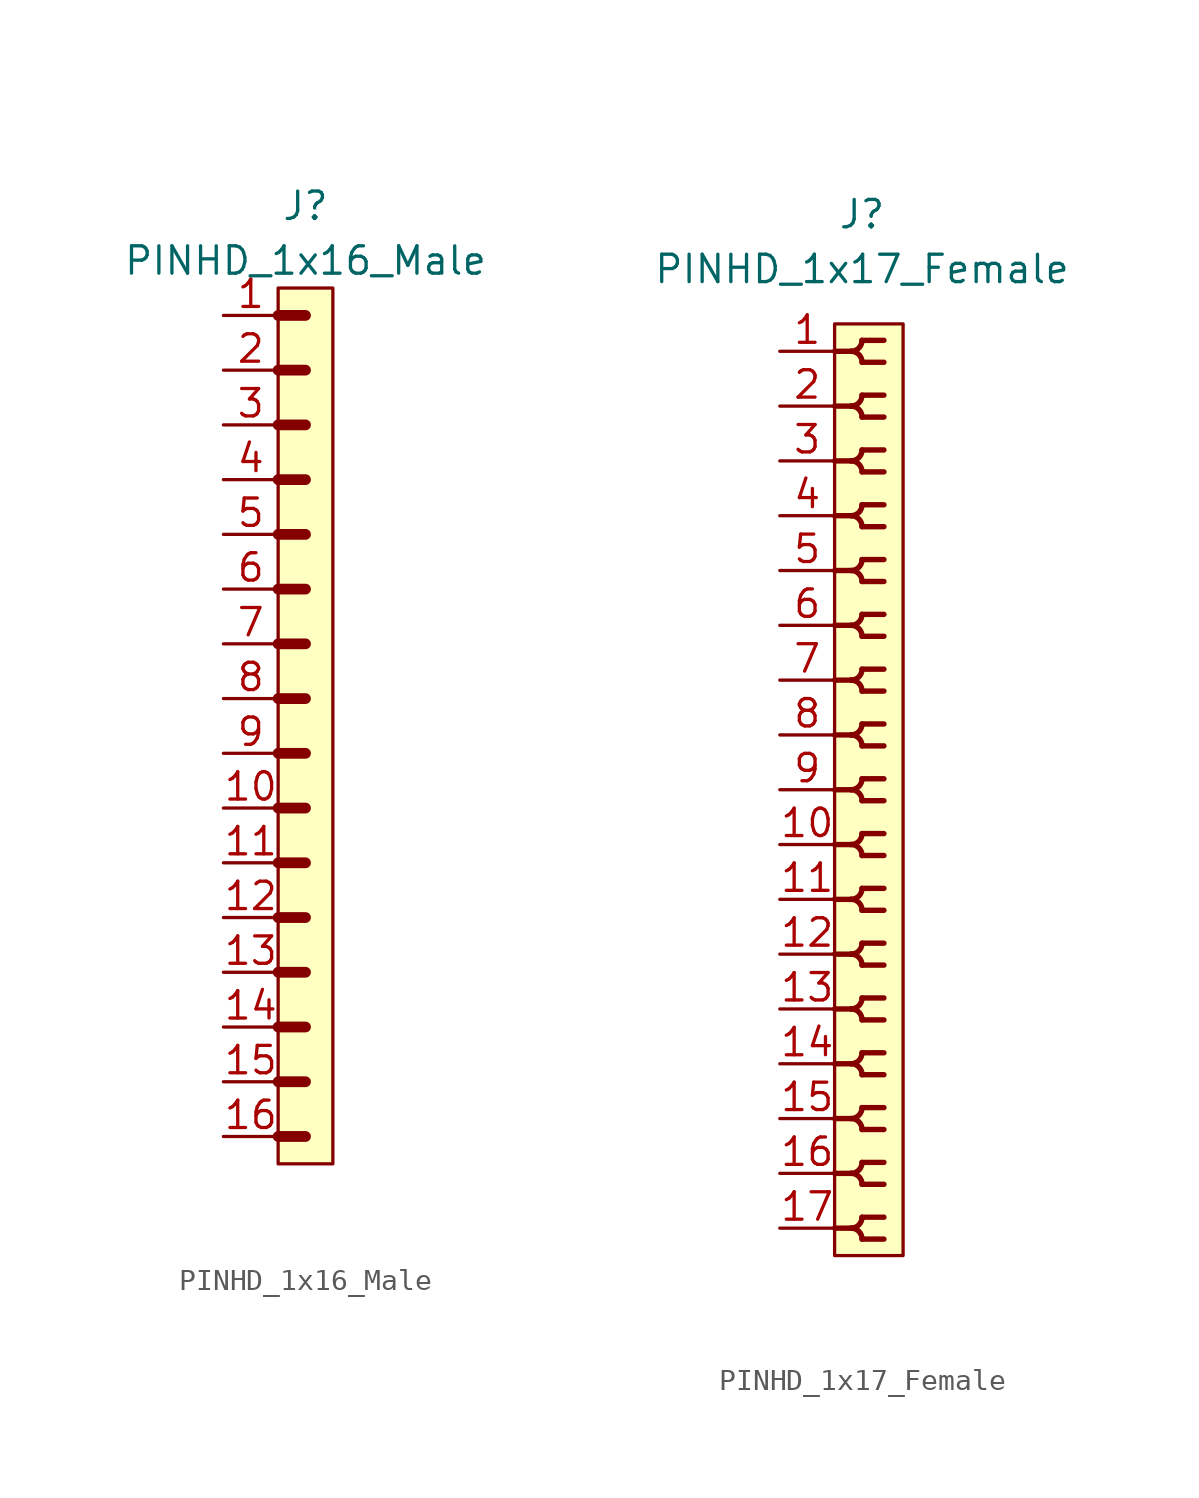
<source format=kicad_sym>
(kicad_symbol_lib
  (version 20211014)
  (generator kicad_symbol_editor)
  (symbol "PINHD_1x16_Male"
    (property "Reference" "J"
      (at 0 24.13 0)
      (effects (font (size 1.27 1.27))))
    (property "Value" "PINHD_1x16_Male"
      (at 0 21.59 0)
      (effects (font (size 1.27 1.27))))
    (symbol "PINHD_1x16_Male_0_1"
      (rectangle (start -1.27 20.32) (end 1.27 -20.32) (stroke (width 0) (type default) (color 0 0 0 0)) (fill (type background)))
      (polyline (pts (xy -1.27 -19.05) (xy 0 -19.05)) (stroke (width 0.5) (type default) (color 0 0 0 0)) (fill (type none)))
      (polyline (pts (xy -1.27 -16.51) (xy 0 -16.51)) (stroke (width 0.5) (type default) (color 0 0 0 0)) (fill (type none)))
      (polyline (pts (xy -1.27 -13.97) (xy 0 -13.97)) (stroke (width 0.5) (type default) (color 0 0 0 0)) (fill (type none)))
      (polyline (pts (xy -1.27 -11.43) (xy 0 -11.43)) (stroke (width 0.5) (type default) (color 0 0 0 0)) (fill (type none)))
      (polyline (pts (xy -1.27 -8.89) (xy 0 -8.89)) (stroke (width 0.5) (type default) (color 0 0 0 0)) (fill (type none)))
      (polyline (pts (xy -1.27 -6.35) (xy 0 -6.35)) (stroke (width 0.5) (type default) (color 0 0 0 0)) (fill (type none)))
      (polyline (pts (xy -1.27 -3.81) (xy 0 -3.81)) (stroke (width 0.3) (type default) (color 0 0 0 0)) (fill (type none)))
      (polyline (pts (xy -1.27 -3.81) (xy 0 -3.81)) (stroke (width 0.5) (type default) (color 0 0 0 0)) (fill (type none)))
      (polyline (pts (xy -1.27 -1.27) (xy 0 -1.27)) (stroke (width 0.3) (type default) (color 0 0 0 0)) (fill (type none)))
      (polyline (pts (xy -1.27 -1.27) (xy 0 -1.27)) (stroke (width 0.5) (type default) (color 0 0 0 0)) (fill (type none)))
      (polyline (pts (xy -1.27 1.27) (xy 0 1.27)) (stroke (width 0.3) (type default) (color 0 0 0 0)) (fill (type none)))
      (polyline (pts (xy -1.27 1.27) (xy 0 1.27)) (stroke (width 0.5) (type default) (color 0 0 0 0)) (fill (type none)))
      (polyline (pts (xy -1.27 3.81) (xy 0 3.81)) (stroke (width 0.3) (type default) (color 0 0 0 0)) (fill (type none)))
      (polyline (pts (xy -1.27 3.81) (xy 0 3.81)) (stroke (width 0.5) (type default) (color 0 0 0 0)) (fill (type none)))
      (polyline (pts (xy -1.27 6.35) (xy 0 6.35)) (stroke (width 0.3) (type default) (color 0 0 0 0)) (fill (type none)))
      (polyline (pts (xy -1.27 6.35) (xy 0 6.35)) (stroke (width 0.5) (type default) (color 0 0 0 0)) (fill (type none)))
      (polyline (pts (xy -1.27 8.89) (xy 0 8.89)) (stroke (width 0.3) (type default) (color 0 0 0 0)) (fill (type none)))
      (polyline (pts (xy -1.27 8.89) (xy 0 8.89)) (stroke (width 0.5) (type default) (color 0 0 0 0)) (fill (type none)))
      (polyline (pts (xy -1.27 11.43) (xy 0 11.43)) (stroke (width 0.3) (type default) (color 0 0 0 0)) (fill (type none)))
      (polyline (pts (xy -1.27 11.43) (xy 0 11.43)) (stroke (width 0.5) (type default) (color 0 0 0 0)) (fill (type none)))
      (polyline (pts (xy -1.27 13.97) (xy 0 13.97)) (stroke (width 0.3) (type default) (color 0 0 0 0)) (fill (type none)))
      (polyline (pts (xy -1.27 13.97) (xy 0 13.97)) (stroke (width 0.5) (type default) (color 0 0 0 0)) (fill (type none)))
      (polyline (pts (xy -1.27 16.51) (xy 0 16.51)) (stroke (width 0.3) (type default) (color 0 0 0 0)) (fill (type none)))
      (polyline (pts (xy -1.27 16.51) (xy 0 16.51)) (stroke (width 0.5) (type default) (color 0 0 0 0)) (fill (type none)))
      (polyline (pts (xy -1.27 19.05) (xy 0 19.05)) (stroke (width 0.5) (type default) (color 0 0 0 0)) (fill (type none))))
    (symbol "PINHD_1x16_Male_1_1"
      (pin passive line (at -3.81 19.05 0) (length 2.54) (name "" (effects (font (size 1.27 1.27)))) (number "1" (effects (font (size 1.27 1.27)))))
      (pin passive line (at -3.81 -3.81 0) (length 2.54) (name "" (effects (font (size 1.27 1.27)))) (number "10" (effects (font (size 1.27 1.27)))))
      (pin passive line (at -3.81 -6.35 0) (length 2.54) (name "" (effects (font (size 1.27 1.27)))) (number "11" (effects (font (size 1.27 1.27)))))
      (pin passive line (at -3.81 -8.89 0) (length 2.54) (name "" (effects (font (size 1.27 1.27)))) (number "12" (effects (font (size 1.27 1.27)))))
      (pin passive line (at -3.81 -11.43 0) (length 2.54) (name "" (effects (font (size 1.27 1.27)))) (number "13" (effects (font (size 1.27 1.27)))))
      (pin passive line (at -3.81 -13.97 0) (length 2.54) (name "" (effects (font (size 1.27 1.27)))) (number "14" (effects (font (size 1.27 1.27)))))
      (pin passive line (at -3.81 -16.51 0) (length 2.54) (name "" (effects (font (size 1.27 1.27)))) (number "15" (effects (font (size 1.27 1.27)))))
      (pin passive line (at -3.81 -19.05 0) (length 2.54) (name "" (effects (font (size 1.27 1.27)))) (number "16" (effects (font (size 1.27 1.27)))))
      (pin passive line (at -3.81 16.51 0) (length 2.54) (name "" (effects (font (size 1.27 1.27)))) (number "2" (effects (font (size 1.27 1.27)))))
      (pin passive line (at -3.81 13.97 0) (length 2.54) (name "" (effects (font (size 1.27 1.27)))) (number "3" (effects (font (size 1.27 1.27)))))
      (pin passive line (at -3.81 11.43 0) (length 2.54) (name "" (effects (font (size 1.27 1.27)))) (number "4" (effects (font (size 1.27 1.27)))))
      (pin passive line (at -3.81 8.89 0) (length 2.54) (name "" (effects (font (size 1.27 1.27)))) (number "5" (effects (font (size 1.27 1.27)))))
      (pin passive line (at -3.81 6.35 0) (length 2.54) (name "" (effects (font (size 1.27 1.27)))) (number "6" (effects (font (size 1.27 1.27)))))
      (pin passive line (at -3.81 3.81 0) (length 2.54) (name "" (effects (font (size 1.27 1.27)))) (number "7" (effects (font (size 1.27 1.27)))))
      (pin passive line (at -3.81 1.27 0) (length 2.54) (name "" (effects (font (size 1.27 1.27)))) (number "8" (effects (font (size 1.27 1.27)))))
      (pin passive line (at -3.81 -1.27 0) (length 2.54) (name "" (effects (font (size 1.27 1.27)))) (number "9" (effects (font (size 1.27 1.27)))))))
  (symbol "PINHD_1x17_Female"
    (property "Reference" "J"
      (at 0 26.67 0)
      (effects (font (size 1.27 1.27))))
    (property "Value" "PINHD_1x17_Female"
      (at 0 24.13 0)
      (effects (font (size 1.27 1.27))))
    (symbol "PINHD_1x17_Female_0_1"
      (rectangle (start -1.27 21.59) (end 1.905 -21.59) (stroke (width 0) (type default) (color 0 0 0 0)) (fill (type background)))
      (arc (start -0.508 -20.32) (mid 0.3592 -20.6792) (end 0 -19.812) (stroke (width 0.25) (type default) (color 0 0 0 0)) (fill (type none)))
      (arc (start -0.508 -17.78) (mid 0.3592 -18.1392) (end 0 -17.272) (stroke (width 0.25) (type default) (color 0 0 0 0)) (fill (type none)))
      (arc (start -0.508 -15.24) (mid 0.3592 -15.5992) (end 0 -14.732) (stroke (width 0.25) (type default) (color 0 0 0 0)) (fill (type none)))
      (arc (start -0.508 -12.7) (mid 0.3592 -13.0592) (end 0 -12.192) (stroke (width 0.25) (type default) (color 0 0 0 0)) (fill (type none)))
      (arc (start -0.508 -10.16) (mid 0.3592 -10.5192) (end 0 -9.652) (stroke (width 0.25) (type default) (color 0 0 0 0)) (fill (type none)))
      (arc (start -0.508 -7.62) (mid 0.3592 -7.9792) (end 0 -7.112) (stroke (width 0.25) (type default) (color 0 0 0 0)) (fill (type none)))
      (arc (start -0.508 -5.08) (mid 0.3592 -5.4392) (end 0 -4.572) (stroke (width 0.25) (type default) (color 0 0 0 0)) (fill (type none)))
      (arc (start -0.508 -2.54) (mid 0.3592 -2.8992) (end 0 -2.032) (stroke (width 0.25) (type default) (color 0 0 0 0)) (fill (type none)))
      (arc (start -0.508 0) (mid 0.3592 -0.3592) (end 0 0.508) (stroke (width 0.25) (type default) (color 0 0 0 0)) (fill (type none)))
      (arc (start -0.508 2.54) (mid 0.3592 2.1808) (end 0 3.048) (stroke (width 0.25) (type default) (color 0 0 0 0)) (fill (type none)))
      (arc (start -0.508 5.08) (mid 0.3592 4.7208) (end 0 5.588) (stroke (width 0.25) (type default) (color 0 0 0 0)) (fill (type none)))
      (arc (start -0.508 7.62) (mid 0.3592 7.2608) (end 0 8.128) (stroke (width 0.25) (type default) (color 0 0 0 0)) (fill (type none)))
      (arc (start -0.508 10.16) (mid 0.3592 9.8008) (end 0 10.668) (stroke (width 0.25) (type default) (color 0 0 0 0)) (fill (type none)))
      (arc (start -0.508 12.7) (mid 0.3592 12.3408) (end 0 13.208) (stroke (width 0.25) (type default) (color 0 0 0 0)) (fill (type none)))
      (arc (start -0.508 15.24) (mid 0.3592 14.8808) (end 0 15.748) (stroke (width 0.25) (type default) (color 0 0 0 0)) (fill (type none)))
      (arc (start -0.508 17.78) (mid 0.3592 17.4208) (end 0 18.288) (stroke (width 0.25) (type default) (color 0 0 0 0)) (fill (type none)))
      (arc (start -0.508 20.32) (mid 0.3592 19.9608) (end 0 20.828) (stroke (width 0.25) (type default) (color 0 0 0 0)) (fill (type none)))
      (arc (start 0 -20.828) (mid 0.3592 -19.9608) (end -0.508 -20.32) (stroke (width 0.25) (type default) (color 0 0 0 0)) (fill (type none)))
      (arc (start 0 -18.288) (mid 0.3592 -17.4208) (end -0.508 -17.78) (stroke (width 0.25) (type default) (color 0 0 0 0)) (fill (type none)))
      (arc (start 0 -15.748) (mid 0.3592 -14.8808) (end -0.508 -15.24) (stroke (width 0.25) (type default) (color 0 0 0 0)) (fill (type none)))
      (arc (start 0 -13.208) (mid 0.3592 -12.3408) (end -0.508 -12.7) (stroke (width 0.25) (type default) (color 0 0 0 0)) (fill (type none)))
      (arc (start 0 -10.668) (mid 0.3592 -9.8008) (end -0.508 -10.16) (stroke (width 0.25) (type default) (color 0 0 0 0)) (fill (type none)))
      (arc (start 0 -8.128) (mid 0.3592 -7.2608) (end -0.508 -7.62) (stroke (width 0.25) (type default) (color 0 0 0 0)) (fill (type none)))
      (arc (start 0 -5.588) (mid 0.3592 -4.7208) (end -0.508 -5.08) (stroke (width 0.25) (type default) (color 0 0 0 0)) (fill (type none)))
      (arc (start 0 -3.048) (mid 0.3592 -2.1808) (end -0.508 -2.54) (stroke (width 0.25) (type default) (color 0 0 0 0)) (fill (type none)))
      (arc (start 0 -0.508) (mid 0.3592 0.3592) (end -0.508 0) (stroke (width 0.25) (type default) (color 0 0 0 0)) (fill (type none)))
      (polyline (pts (xy -1.27 -20.32) (xy -0.508 -20.32)) (stroke (width 0.25) (type default) (color 0 0 0 0)) (fill (type none)))
      (polyline (pts (xy -1.27 -17.78) (xy -0.508 -17.78)) (stroke (width 0.25) (type default) (color 0 0 0 0)) (fill (type none)))
      (polyline (pts (xy -1.27 -15.24) (xy -0.508 -15.24)) (stroke (width 0.25) (type default) (color 0 0 0 0)) (fill (type none)))
      (polyline (pts (xy -1.27 -12.7) (xy -0.508 -12.7)) (stroke (width 0.25) (type default) (color 0 0 0 0)) (fill (type none)))
      (polyline (pts (xy -1.27 -10.16) (xy -0.508 -10.16)) (stroke (width 0.25) (type default) (color 0 0 0 0)) (fill (type none)))
      (polyline (pts (xy -1.27 -7.62) (xy -0.508 -7.62)) (stroke (width 0.25) (type default) (color 0 0 0 0)) (fill (type none)))
      (polyline (pts (xy -1.27 -5.08) (xy -0.508 -5.08)) (stroke (width 0.25) (type default) (color 0 0 0 0)) (fill (type none)))
      (polyline (pts (xy -1.27 -2.54) (xy -0.508 -2.54)) (stroke (width 0.25) (type default) (color 0 0 0 0)) (fill (type none)))
      (polyline (pts (xy -1.27 0) (xy -0.508 0)) (stroke (width 0.25) (type default) (color 0 0 0 0)) (fill (type none)))
      (polyline (pts (xy -1.27 2.54) (xy -0.508 2.54)) (stroke (width 0.25) (type default) (color 0 0 0 0)) (fill (type none)))
      (polyline (pts (xy -1.27 5.08) (xy -0.508 5.08)) (stroke (width 0.25) (type default) (color 0 0 0 0)) (fill (type none)))
      (polyline (pts (xy -1.27 7.62) (xy -0.508 7.62)) (stroke (width 0.25) (type default) (color 0 0 0 0)) (fill (type none)))
      (polyline (pts (xy -1.27 10.16) (xy -0.508 10.16)) (stroke (width 0.25) (type default) (color 0 0 0 0)) (fill (type none)))
      (polyline (pts (xy -1.27 12.7) (xy -0.508 12.7)) (stroke (width 0.25) (type default) (color 0 0 0 0)) (fill (type none)))
      (polyline (pts (xy -1.27 15.24) (xy -0.508 15.24)) (stroke (width 0.25) (type default) (color 0 0 0 0)) (fill (type none)))
      (polyline (pts (xy -1.27 17.78) (xy -0.508 17.78)) (stroke (width 0.25) (type default) (color 0 0 0 0)) (fill (type none)))
      (polyline (pts (xy -1.27 20.32) (xy -0.508 20.32)) (stroke (width 0.25) (type default) (color 0 0 0 0)) (fill (type none)))
      (polyline (pts (xy 0 -20.828) (xy 1.016 -20.828)) (stroke (width 0.25) (type default) (color 0 0 0 0)) (fill (type none)))
      (polyline (pts (xy 0 -19.812) (xy 1.016 -19.812)) (stroke (width 0.25) (type default) (color 0 0 0 0)) (fill (type none)))
      (polyline (pts (xy 0 -18.288) (xy 1.016 -18.288)) (stroke (width 0.25) (type default) (color 0 0 0 0)) (fill (type none)))
      (polyline (pts (xy 0 -17.272) (xy 1.016 -17.272)) (stroke (width 0.25) (type default) (color 0 0 0 0)) (fill (type none)))
      (polyline (pts (xy 0 -15.748) (xy 1.016 -15.748)) (stroke (width 0.25) (type default) (color 0 0 0 0)) (fill (type none)))
      (polyline (pts (xy 0 -14.732) (xy 1.016 -14.732)) (stroke (width 0.25) (type default) (color 0 0 0 0)) (fill (type none)))
      (polyline (pts (xy 0 -13.208) (xy 1.016 -13.208)) (stroke (width 0.25) (type default) (color 0 0 0 0)) (fill (type none)))
      (polyline (pts (xy 0 -12.192) (xy 1.016 -12.192)) (stroke (width 0.25) (type default) (color 0 0 0 0)) (fill (type none)))
      (polyline (pts (xy 0 -10.668) (xy 1.016 -10.668)) (stroke (width 0.25) (type default) (color 0 0 0 0)) (fill (type none)))
      (polyline (pts (xy 0 -9.652) (xy 1.016 -9.652)) (stroke (width 0.25) (type default) (color 0 0 0 0)) (fill (type none)))
      (polyline (pts (xy 0 -8.128) (xy 1.016 -8.128)) (stroke (width 0.25) (type default) (color 0 0 0 0)) (fill (type none)))
      (polyline (pts (xy 0 -7.112) (xy 1.016 -7.112)) (stroke (width 0.25) (type default) (color 0 0 0 0)) (fill (type none)))
      (polyline (pts (xy 0 -5.588) (xy 1.016 -5.588)) (stroke (width 0.25) (type default) (color 0 0 0 0)) (fill (type none)))
      (polyline (pts (xy 0 -4.572) (xy 1.016 -4.572)) (stroke (width 0.25) (type default) (color 0 0 0 0)) (fill (type none)))
      (polyline (pts (xy 0 -3.048) (xy 1.016 -3.048)) (stroke (width 0.25) (type default) (color 0 0 0 0)) (fill (type none)))
      (polyline (pts (xy 0 -2.032) (xy 1.016 -2.032)) (stroke (width 0.25) (type default) (color 0 0 0 0)) (fill (type none)))
      (polyline (pts (xy 0 -0.508) (xy 1.016 -0.508)) (stroke (width 0.25) (type default) (color 0 0 0 0)) (fill (type none)))
      (polyline (pts (xy 0 0.508) (xy 1.016 0.508)) (stroke (width 0.25) (type default) (color 0 0 0 0)) (fill (type none)))
      (polyline (pts (xy 0 2.032) (xy 1.016 2.032)) (stroke (width 0.25) (type default) (color 0 0 0 0)) (fill (type none)))
      (polyline (pts (xy 0 3.048) (xy 1.016 3.048)) (stroke (width 0.25) (type default) (color 0 0 0 0)) (fill (type none)))
      (polyline (pts (xy 0 4.572) (xy 1.016 4.572)) (stroke (width 0.25) (type default) (color 0 0 0 0)) (fill (type none)))
      (polyline (pts (xy 0 5.588) (xy 1.016 5.588)) (stroke (width 0.25) (type default) (color 0 0 0 0)) (fill (type none)))
      (polyline (pts (xy 0 7.112) (xy 1.016 7.112)) (stroke (width 0.25) (type default) (color 0 0 0 0)) (fill (type none)))
      (polyline (pts (xy 0 8.128) (xy 1.016 8.128)) (stroke (width 0.25) (type default) (color 0 0 0 0)) (fill (type none)))
      (polyline (pts (xy 0 9.652) (xy 1.016 9.652)) (stroke (width 0.25) (type default) (color 0 0 0 0)) (fill (type none)))
      (polyline (pts (xy 0 10.668) (xy 1.016 10.668)) (stroke (width 0.25) (type default) (color 0 0 0 0)) (fill (type none)))
      (polyline (pts (xy 0 12.192) (xy 1.016 12.192)) (stroke (width 0.25) (type default) (color 0 0 0 0)) (fill (type none)))
      (polyline (pts (xy 0 13.208) (xy 1.016 13.208)) (stroke (width 0.25) (type default) (color 0 0 0 0)) (fill (type none)))
      (polyline (pts (xy 0 14.732) (xy 1.016 14.732)) (stroke (width 0.25) (type default) (color 0 0 0 0)) (fill (type none)))
      (polyline (pts (xy 0 15.748) (xy 1.016 15.748)) (stroke (width 0.25) (type default) (color 0 0 0 0)) (fill (type none)))
      (polyline (pts (xy 0 17.272) (xy 1.016 17.272)) (stroke (width 0.25) (type default) (color 0 0 0 0)) (fill (type none)))
      (polyline (pts (xy 0 18.288) (xy 1.016 18.288)) (stroke (width 0.25) (type default) (color 0 0 0 0)) (fill (type none)))
      (polyline (pts (xy 0 19.812) (xy 1.016 19.812)) (stroke (width 0.25) (type default) (color 0 0 0 0)) (fill (type none)))
      (polyline (pts (xy 0 20.828) (xy 1.016 20.828)) (stroke (width 0.25) (type default) (color 0 0 0 0)) (fill (type none)))
      (arc (start 0 2.032) (mid 0.3592 2.8992) (end -0.508 2.54) (stroke (width 0.25) (type default) (color 0 0 0 0)) (fill (type none)))
      (arc (start 0 4.572) (mid 0.3592 5.4392) (end -0.508 5.08) (stroke (width 0.25) (type default) (color 0 0 0 0)) (fill (type none)))
      (arc (start 0 7.112) (mid 0.3592 7.9792) (end -0.508 7.62) (stroke (width 0.25) (type default) (color 0 0 0 0)) (fill (type none)))
      (arc (start 0 9.652) (mid 0.3592 10.5192) (end -0.508 10.16) (stroke (width 0.25) (type default) (color 0 0 0 0)) (fill (type none)))
      (arc (start 0 12.192) (mid 0.3592 13.0592) (end -0.508 12.7) (stroke (width 0.25) (type default) (color 0 0 0 0)) (fill (type none)))
      (arc (start 0 14.732) (mid 0.3592 15.5992) (end -0.508 15.24) (stroke (width 0.25) (type default) (color 0 0 0 0)) (fill (type none)))
      (arc (start 0 17.272) (mid 0.3592 18.1392) (end -0.508 17.78) (stroke (width 0.25) (type default) (color 0 0 0 0)) (fill (type none)))
      (arc (start 0 19.812) (mid 0.3592 20.6792) (end -0.508 20.32) (stroke (width 0.25) (type default) (color 0 0 0 0)) (fill (type none))))
    (symbol "PINHD_1x17_Female_1_1"
      (pin passive line (at -3.81 20.32 0) (length 2.54) (name "" (effects (font (size 1.27 1.27)))) (number "1" (effects (font (size 1.27 1.27)))))
      (pin passive line (at -3.81 -2.54 0) (length 2.54) (name "" (effects (font (size 1.27 1.27)))) (number "10" (effects (font (size 1.27 1.27)))))
      (pin passive line (at -3.81 -5.08 0) (length 2.54) (name "" (effects (font (size 1.27 1.27)))) (number "11" (effects (font (size 1.27 1.27)))))
      (pin passive line (at -3.81 -7.62 0) (length 2.54) (name "" (effects (font (size 1.27 1.27)))) (number "12" (effects (font (size 1.27 1.27)))))
      (pin passive line (at -3.81 -10.16 0) (length 2.54) (name "" (effects (font (size 1.27 1.27)))) (number "13" (effects (font (size 1.27 1.27)))))
      (pin passive line (at -3.81 -12.7 0) (length 2.54) (name "" (effects (font (size 1.27 1.27)))) (number "14" (effects (font (size 1.27 1.27)))))
      (pin passive line (at -3.81 -15.24 0) (length 2.54) (name "" (effects (font (size 1.27 1.27)))) (number "15" (effects (font (size 1.27 1.27)))))
      (pin passive line (at -3.81 -17.78 0) (length 2.54) (name "" (effects (font (size 1.27 1.27)))) (number "16" (effects (font (size 1.27 1.27)))))
      (pin passive line (at -3.81 -20.32 0) (length 2.54) (name "" (effects (font (size 1.27 1.27)))) (number "17" (effects (font (size 1.27 1.27)))))
      (pin passive line (at -3.81 17.78 0) (length 2.54) (name "" (effects (font (size 1.27 1.27)))) (number "2" (effects (font (size 1.27 1.27)))))
      (pin passive line (at -3.81 15.24 0) (length 2.54) (name "" (effects (font (size 1.27 1.27)))) (number "3" (effects (font (size 1.27 1.27)))))
      (pin passive line (at -3.81 12.7 0) (length 2.54) (name "" (effects (font (size 1.27 1.27)))) (number "4" (effects (font (size 1.27 1.27)))))
      (pin passive line (at -3.81 10.16 0) (length 2.54) (name "" (effects (font (size 1.27 1.27)))) (number "5" (effects (font (size 1.27 1.27)))))
      (pin passive line (at -3.81 7.62 0) (length 2.54) (name "" (effects (font (size 1.27 1.27)))) (number "6" (effects (font (size 1.27 1.27)))))
      (pin passive line (at -3.81 5.08 0) (length 2.54) (name "" (effects (font (size 1.27 1.27)))) (number "7" (effects (font (size 1.27 1.27)))))
      (pin passive line (at -3.81 2.54 0) (length 2.54) (name "" (effects (font (size 1.27 1.27)))) (number "8" (effects (font (size 1.27 1.27)))))
      (pin passive line (at -3.81 0 0) (length 2.54) (name "" (effects (font (size 1.27 1.27)))) (number "9" (effects (font (size 1.27 1.27))))))))
</source>
